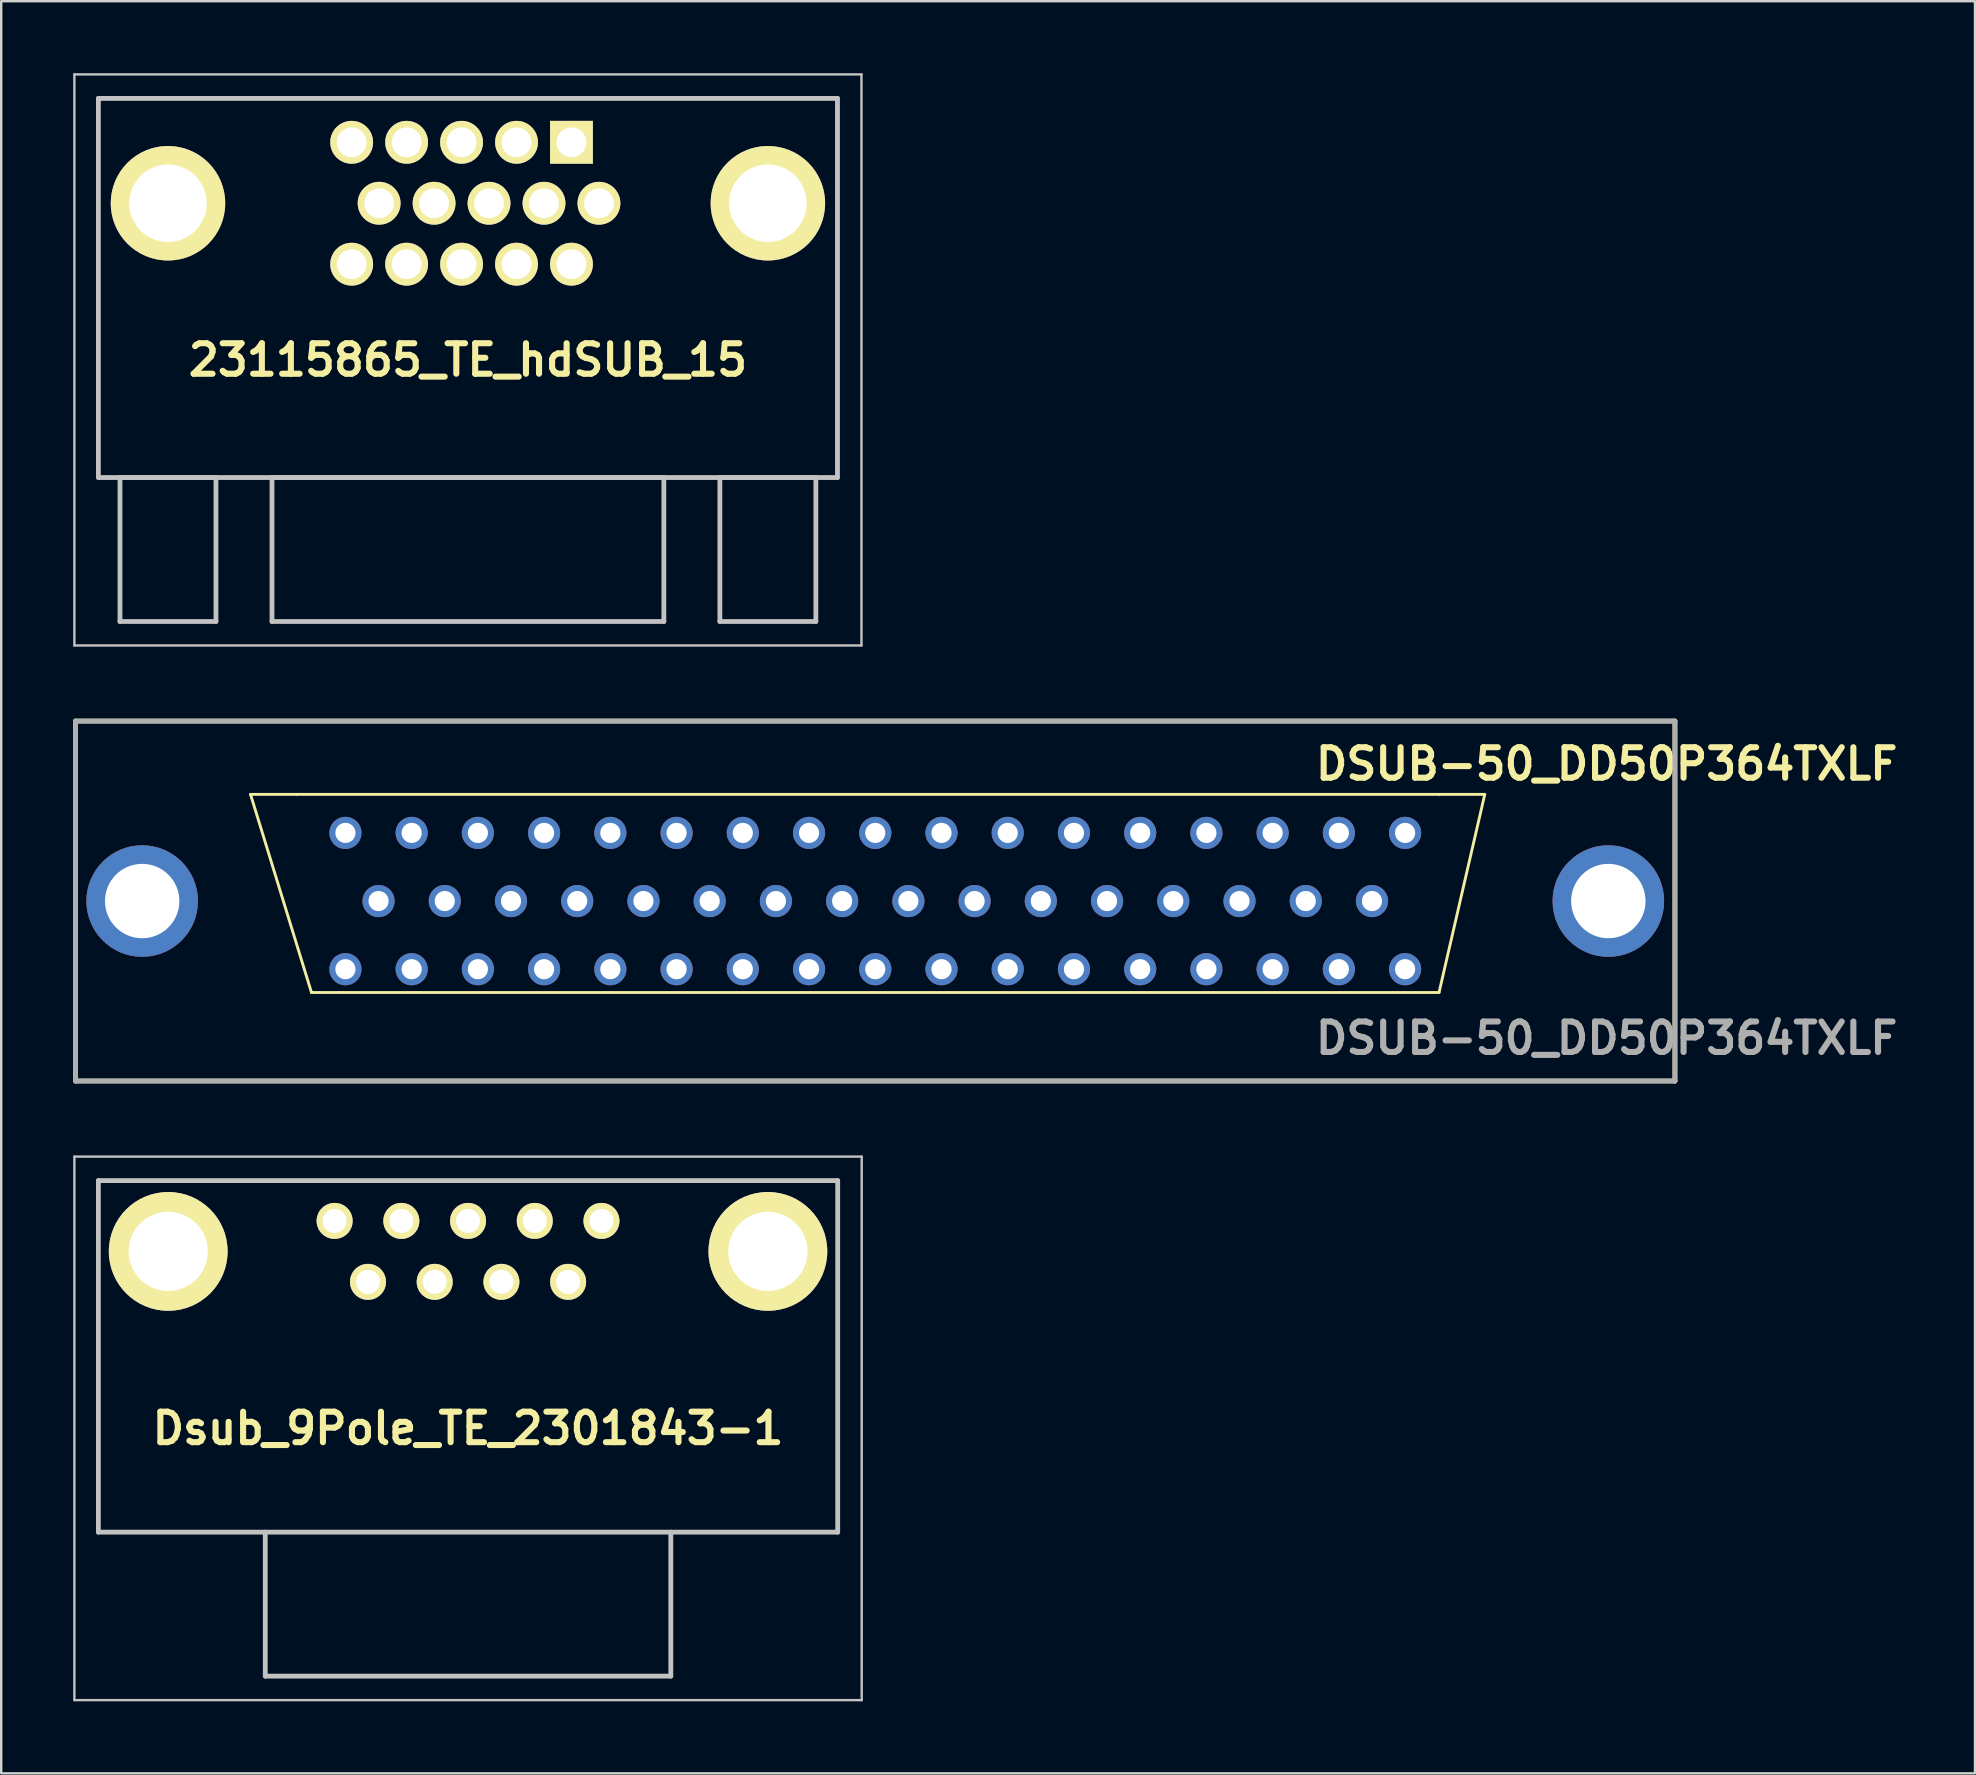
<source format=kicad_pcb>
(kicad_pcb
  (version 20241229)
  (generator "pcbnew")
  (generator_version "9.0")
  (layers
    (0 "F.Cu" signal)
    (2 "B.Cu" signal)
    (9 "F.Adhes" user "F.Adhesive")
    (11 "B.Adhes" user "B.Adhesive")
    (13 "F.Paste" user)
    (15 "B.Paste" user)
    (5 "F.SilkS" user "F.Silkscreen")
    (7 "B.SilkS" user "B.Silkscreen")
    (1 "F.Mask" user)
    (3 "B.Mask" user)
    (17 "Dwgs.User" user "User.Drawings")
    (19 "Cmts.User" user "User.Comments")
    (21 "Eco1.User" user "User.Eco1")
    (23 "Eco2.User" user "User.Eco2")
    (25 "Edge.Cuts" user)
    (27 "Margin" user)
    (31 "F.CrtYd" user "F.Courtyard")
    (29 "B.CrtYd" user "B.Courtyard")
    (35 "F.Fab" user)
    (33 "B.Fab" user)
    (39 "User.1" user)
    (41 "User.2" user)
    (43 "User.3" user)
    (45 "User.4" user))
  (footprint "Dsub_9Pole_TE_2301843-1"
    (layer "F.Cu")
    (at 10.895 47.83)
    (property "Reference" "Dsub_9Pole_TE_2301843-1" (at 5.56 8.645 0) (layer "F.SilkS") (effects (font (size 1.27 1.27) (thickness 0.254))))
    (attr through_hole)
    (fp_line (start -9.845 -1.68) (end 20.965 -1.68) (stroke (width 0.1) (type solid)) (layer "F.SilkS"))
    (fp_line (start -9.845 12.97) (end -9.845 -1.68) (stroke (width 0.1) (type solid)) (layer "F.SilkS"))
    (fp_line (start 20.965 -1.68) (end 20.965 12.97) (stroke (width 0.1) (type solid)) (layer "F.SilkS"))
    (fp_line (start 20.965 12.97) (end -9.845 12.97) (stroke (width 0.1) (type solid)) (layer "F.SilkS"))
    (fp_line (start -10.845 -2.68) (end 21.965 -2.68) (stroke (width 0.1) (type solid)) (layer "Dwgs.User"))
    (fp_line (start -10.845 19.97) (end -10.845 -2.68) (stroke (width 0.1) (type solid)) (layer "Dwgs.User"))
    (fp_line (start -9.845 -1.68) (end 20.965 -1.68) (stroke (width 0.2) (type solid)) (layer "Dwgs.User"))
    (fp_line (start -9.845 12.97) (end -9.845 -1.68) (stroke (width 0.2) (type solid)) (layer "Dwgs.User"))
    (fp_line (start -2.89 12.97) (end -2.89 18.97) (stroke (width 0.2) (type solid)) (layer "Dwgs.User"))
    (fp_line (start -2.89 18.97) (end 14.01 18.97) (stroke (width 0.2) (type solid)) (layer "Dwgs.User"))
    (fp_line (start 14.01 18.97) (end 14.01 12.97) (stroke (width 0.2) (type solid)) (layer "Dwgs.User"))
    (fp_line (start 20.965 -1.68) (end 20.965 12.97) (stroke (width 0.2) (type solid)) (layer "Dwgs.User"))
    (fp_line (start 20.965 12.97) (end -9.845 12.97) (stroke (width 0.2) (type solid)) (layer "Dwgs.User"))
    (fp_line (start 21.965 -2.68) (end 21.965 19.97) (stroke (width 0.1) (type solid)) (layer "Dwgs.User"))
    (fp_line (start 21.965 19.97) (end -10.845 19.97) (stroke (width 0.1) (type solid)) (layer "Dwgs.User"))
    (pad "0" thru_hole circle (at -6.935 1.27 90) (size 4.95 4.95) (drill 3.3) (layers "*.Cu" "*.Mask" "F.SilkS"))
    (pad "0" thru_hole circle (at 18.055 1.27 90) (size 4.95 4.95) (drill 3.3) (layers "*.Cu" "*.Mask" "F.SilkS"))
    (pad "1" thru_hole circle (at 0 0 90) (size 1.5 1.5) (drill 1) (layers "*.Cu" "*.Mask" "F.SilkS"))
    (pad "2" thru_hole circle (at 2.78 0 90) (size 1.5 1.5) (drill 1) (layers "*.Cu" "*.Mask" "F.SilkS"))
    (pad "3" thru_hole circle (at 5.56 0 90) (size 1.5 1.5) (drill 1) (layers "*.Cu" "*.Mask" "F.SilkS"))
    (pad "4" thru_hole circle (at 8.34 0 90) (size 1.5 1.5) (drill 1) (layers "*.Cu" "*.Mask" "F.SilkS"))
    (pad "5" thru_hole circle (at 11.12 0 90) (size 1.5 1.5) (drill 1) (layers "*.Cu" "*.Mask" "F.SilkS"))
    (pad "6" thru_hole circle (at 1.39 2.54 90) (size 1.5 1.5) (drill 1) (layers "*.Cu" "*.Mask" "F.SilkS"))
    (pad "7" thru_hole circle (at 4.17 2.54 90) (size 1.5 1.5) (drill 1) (layers "*.Cu" "*.Mask" "F.SilkS"))
    (pad "8" thru_hole circle (at 6.95 2.54 90) (size 1.5 1.5) (drill 1) (layers "*.Cu" "*.Mask" "F.SilkS"))
    (pad "9" thru_hole circle (at 9.73 2.54 90) (size 1.5 1.5) (drill 1) (layers "*.Cu" "*.Mask" "F.SilkS")))
  (footprint "23115865_TE_hdSUB_15"
    (layer "F.Cu")
    (at 20.765 2.88)
    (property "Reference" "23115865_TE_hdSUB_15" (at -4.315 9.07 0) (layer "F.SilkS") (effects (font (size 1.27 1.27) (thickness 0.254))))
    (attr through_hole)
    (fp_line (start -19.715 -1.83) (end 11.085 -1.83) (stroke (width 0.1) (type solid)) (layer "F.SilkS"))
    (fp_line (start -19.715 13.97) (end -19.715 -1.83) (stroke (width 0.1) (type solid)) (layer "F.SilkS"))
    (fp_line (start -18.815 13.97) (end -18.815 19.97) (stroke (width 0.1) (type solid)) (layer "F.SilkS"))
    (fp_line (start -18.815 19.97) (end -14.815 19.97) (stroke (width 0.1) (type solid)) (layer "F.SilkS"))
    (fp_line (start -14.815 13.97) (end -18.815 13.97) (stroke (width 0.1) (type solid)) (layer "F.SilkS"))
    (fp_line (start -14.815 19.97) (end -14.815 13.97) (stroke (width 0.1) (type solid)) (layer "F.SilkS"))
    (fp_line (start -12.48 13.97) (end -12.48 19.97) (stroke (width 0.1) (type solid)) (layer "F.SilkS"))
    (fp_line (start -12.48 19.97) (end 3.85 19.97) (stroke (width 0.1) (type solid)) (layer "F.SilkS"))
    (fp_line (start 3.85 13.97) (end -12.48 13.97) (stroke (width 0.1) (type solid)) (layer "F.SilkS"))
    (fp_line (start 3.85 19.97) (end 3.85 13.97) (stroke (width 0.1) (type solid)) (layer "F.SilkS"))
    (fp_line (start 6.185 13.97) (end 6.185 19.97) (stroke (width 0.1) (type solid)) (layer "F.SilkS"))
    (fp_line (start 6.185 19.97) (end 10.185 19.97) (stroke (width 0.1) (type solid)) (layer "F.SilkS"))
    (fp_line (start 10.185 13.97) (end 6.185 13.97) (stroke (width 0.1) (type solid)) (layer "F.SilkS"))
    (fp_line (start 10.185 19.97) (end 10.185 13.97) (stroke (width 0.1) (type solid)) (layer "F.SilkS"))
    (fp_line (start 11.085 -1.83) (end 11.085 13.97) (stroke (width 0.1) (type solid)) (layer "F.SilkS"))
    (fp_line (start 11.085 13.97) (end -19.715 13.97) (stroke (width 0.1) (type solid)) (layer "F.SilkS"))
    (fp_line (start -20.715 -2.83) (end 12.085 -2.83) (stroke (width 0.1) (type solid)) (layer "Dwgs.User"))
    (fp_line (start -20.715 20.97) (end -20.715 -2.83) (stroke (width 0.1) (type solid)) (layer "Dwgs.User"))
    (fp_line (start -19.715 -1.83) (end -19.715 13.97) (stroke (width 0.2) (type solid)) (layer "Dwgs.User"))
    (fp_line (start -19.715 13.97) (end 11.085 13.97) (stroke (width 0.2) (type solid)) (layer "Dwgs.User"))
    (fp_line (start -18.815 13.97) (end -14.815 13.97) (stroke (width 0.2) (type solid)) (layer "Dwgs.User"))
    (fp_line (start -18.815 19.97) (end -18.815 13.97) (stroke (width 0.2) (type solid)) (layer "Dwgs.User"))
    (fp_line (start -14.815 13.97) (end -14.815 19.97) (stroke (width 0.2) (type solid)) (layer "Dwgs.User"))
    (fp_line (start -14.815 19.97) (end -18.815 19.97) (stroke (width 0.2) (type solid)) (layer "Dwgs.User"))
    (fp_line (start -12.48 13.97) (end 3.85 13.97) (stroke (width 0.2) (type solid)) (layer "Dwgs.User"))
    (fp_line (start -12.48 19.97) (end -12.48 13.97) (stroke (width 0.2) (type solid)) (layer "Dwgs.User"))
    (fp_line (start 3.85 13.97) (end 3.85 19.97) (stroke (width 0.2) (type solid)) (layer "Dwgs.User"))
    (fp_line (start 3.85 19.97) (end -12.48 19.97) (stroke (width 0.2) (type solid)) (layer "Dwgs.User"))
    (fp_line (start 6.185 13.97) (end 10.185 13.97) (stroke (width 0.2) (type solid)) (layer "Dwgs.User"))
    (fp_line (start 6.185 19.97) (end 6.185 13.97) (stroke (width 0.2) (type solid)) (layer "Dwgs.User"))
    (fp_line (start 10.185 13.97) (end 10.185 19.97) (stroke (width 0.2) (type solid)) (layer "Dwgs.User"))
    (fp_line (start 10.185 19.97) (end 6.185 19.97) (stroke (width 0.2) (type solid)) (layer "Dwgs.User"))
    (fp_line (start 11.085 -1.83) (end -19.715 -1.83) (stroke (width 0.2) (type solid)) (layer "Dwgs.User"))
    (fp_line (start 11.085 13.97) (end 11.085 -1.83) (stroke (width 0.2) (type solid)) (layer "Dwgs.User"))
    (fp_line (start 12.085 -2.83) (end 12.085 20.97) (stroke (width 0.1) (type solid)) (layer "Dwgs.User"))
    (fp_line (start 12.085 20.97) (end -20.715 20.97) (stroke (width 0.1) (type solid)) (layer "Dwgs.User"))
    (pad "0" thru_hole circle (at -16.815 2.54 90) (size 4.77 4.77) (drill 3.23) (layers "*.Cu" "*.Mask" "F.SilkS"))
    (pad "0" thru_hole circle (at 8.185 2.54 90) (size 4.77 4.77) (drill 3.23) (layers "*.Cu" "*.Mask" "F.SilkS"))
    (pad "1" thru_hole rect (at 0 0 90) (size 1.785 1.785) (drill 1.24) (layers "*.Cu" "*.Mask" "F.SilkS"))
    (pad "2" thru_hole circle (at -2.29 0 90) (size 1.785 1.785) (drill 1.24) (layers "*.Cu" "*.Mask" "F.SilkS"))
    (pad "3" thru_hole circle (at -4.58 0 90) (size 1.785 1.785) (drill 1.24) (layers "*.Cu" "*.Mask" "F.SilkS"))
    (pad "4" thru_hole circle (at -6.87 0 90) (size 1.785 1.785) (drill 1.24) (layers "*.Cu" "*.Mask" "F.SilkS"))
    (pad "5" thru_hole circle (at -9.16 0 90) (size 1.785 1.785) (drill 1.24) (layers "*.Cu" "*.Mask" "F.SilkS"))
    (pad "6" thru_hole circle (at 1.145 2.54 90) (size 1.785 1.785) (drill 1.24) (layers "*.Cu" "*.Mask" "F.SilkS"))
    (pad "7" thru_hole circle (at -1.145 2.54 90) (size 1.785 1.785) (drill 1.24) (layers "*.Cu" "*.Mask" "F.SilkS"))
    (pad "8" thru_hole circle (at -3.435 2.54 90) (size 1.785 1.785) (drill 1.24) (layers "*.Cu" "*.Mask" "F.SilkS"))
    (pad "9" thru_hole circle (at -5.725 2.54 90) (size 1.785 1.785) (drill 1.24) (layers "*.Cu" "*.Mask" "F.SilkS"))
    (pad "10" thru_hole circle (at -8.015 2.54 90) (size 1.785 1.785) (drill 1.24) (layers "*.Cu" "*.Mask" "F.SilkS"))
    (pad "11" thru_hole circle (at 0 5.08 90) (size 1.785 1.785) (drill 1.24) (layers "*.Cu" "*.Mask" "F.SilkS"))
    (pad "12" thru_hole circle (at -2.29 5.08 90) (size 1.785 1.785) (drill 1.24) (layers "*.Cu" "*.Mask" "F.SilkS"))
    (pad "13" thru_hole circle (at -4.58 5.08 90) (size 1.785 1.785) (drill 1.24) (layers "*.Cu" "*.Mask" "F.SilkS"))
    (pad "14" thru_hole circle (at -6.87 5.08 90) (size 1.785 1.785) (drill 1.24) (layers "*.Cu" "*.Mask" "F.SilkS"))
    (pad "15" thru_hole circle (at -9.16 5.08 90) (size 1.785 1.785) (drill 1.24) (layers "*.Cu" "*.Mask" "F.SilkS")))
  (footprint "DSUB-50_DD50P364TXLF"
    (layer "F.Cu")
    (at 33.425 34.5)
    (property "Reference" "DSUB-50_DD50P364TXLF" (at 30.48 -5.715 0) (layer "F.SilkS") (effects (font (size 1.27 1.27) (thickness 0.254))))
    (attr through_hole)
    (fp_line (start -33.325 -7.5) (end 33.325 -7.5) (stroke (width 0.2) (type solid)) (layer "F.SilkS"))
    (fp_line (start -33.325 7.5) (end -33.325 -7.5) (stroke (width 0.2) (type solid)) (layer "F.SilkS"))
    (fp_line (start -26.035 -4.445) (end -24.13 -4.445) (stroke (width 0.12) (type solid)) (layer "F.SilkS"))
    (fp_line (start -24.13 -4.445) (end 23.495 -4.445) (stroke (width 0.12) (type solid)) (layer "F.SilkS"))
    (fp_line (start -23.495 3.81) (end -26.035 -4.445) (stroke (width 0.12) (type solid)) (layer "F.SilkS"))
    (fp_line (start -23.495 3.81) (end 23.495 3.81) (stroke (width 0.12) (type solid)) (layer "F.SilkS"))
    (fp_line (start 23.495 3.81) (end 25.4 -4.445) (stroke (width 0.12) (type solid)) (layer "F.SilkS"))
    (fp_line (start 25.4 -4.445) (end 23.495 -4.445) (stroke (width 0.12) (type solid)) (layer "F.SilkS"))
    (fp_line (start 33.325 -7.5) (end 33.325 7.5) (stroke (width 0.2) (type solid)) (layer "F.SilkS"))
    (fp_line (start 33.325 7.5) (end -33.325 7.5) (stroke (width 0.2) (type solid)) (layer "F.SilkS"))
    (fp_line (start -33.325 -7.5) (end 33.325 -7.5) (stroke (width 0.2) (type solid)) (layer "F.Fab"))
    (fp_line (start -33.325 7.5) (end -33.325 -7.5) (stroke (width 0.2) (type solid)) (layer "F.Fab"))
    (fp_line (start 33.325 -7.5) (end 33.325 7.5) (stroke (width 0.2) (type solid)) (layer "F.Fab"))
    (fp_line (start 33.325 7.5) (end -33.325 7.5) (stroke (width 0.2) (type solid)) (layer "F.Fab"))
    (fp_text user "${REFERENCE}" (at 30.48 5.715 0) (layer "F.Fab") (effects (font (size 1.27 1.27) (thickness 0.254))))
    (pad "0" thru_hole circle (at -30.55 0) (size 4.65 4.65) (drill 3.1) (layers "*.Cu" "*.Mask"))
    (pad "0" thru_hole circle (at 30.55 0) (size 4.65 4.65) (drill 3.1) (layers "*.Cu" "*.Mask"))
    (pad "1" thru_hole circle (at -22.08 -2.84) (size 1.34 1.34) (drill 0.84) (layers "*.Cu" "*.Mask"))
    (pad "2" thru_hole circle (at -19.32 -2.84) (size 1.34 1.34) (drill 0.84) (layers "*.Cu" "*.Mask"))
    (pad "3" thru_hole circle (at -16.56 -2.84) (size 1.34 1.34) (drill 0.84) (layers "*.Cu" "*.Mask"))
    (pad "4" thru_hole circle (at -13.8 -2.84) (size 1.34 1.34) (drill 0.84) (layers "*.Cu" "*.Mask"))
    (pad "5" thru_hole circle (at -11.04 -2.84) (size 1.34 1.34) (drill 0.84) (layers "*.Cu" "*.Mask"))
    (pad "6" thru_hole circle (at -8.28 -2.84) (size 1.34 1.34) (drill 0.84) (layers "*.Cu" "*.Mask"))
    (pad "7" thru_hole circle (at -5.52 -2.84) (size 1.34 1.34) (drill 0.84) (layers "*.Cu" "*.Mask"))
    (pad "8" thru_hole circle (at -2.76 -2.84) (size 1.34 1.34) (drill 0.84) (layers "*.Cu" "*.Mask"))
    (pad "9" thru_hole circle (at 0 -2.84) (size 1.34 1.34) (drill 0.84) (layers "*.Cu" "*.Mask"))
    (pad "10" thru_hole circle (at 2.76 -2.84) (size 1.34 1.34) (drill 0.84) (layers "*.Cu" "*.Mask"))
    (pad "11" thru_hole circle (at 5.52 -2.84) (size 1.34 1.34) (drill 0.84) (layers "*.Cu" "*.Mask"))
    (pad "12" thru_hole circle (at 8.28 -2.84) (size 1.34 1.34) (drill 0.84) (layers "*.Cu" "*.Mask"))
    (pad "13" thru_hole circle (at 11.04 -2.84) (size 1.34 1.34) (drill 0.84) (layers "*.Cu" "*.Mask"))
    (pad "14" thru_hole circle (at 13.8 -2.84) (size 1.34 1.34) (drill 0.84) (layers "*.Cu" "*.Mask"))
    (pad "15" thru_hole circle (at 16.56 -2.84) (size 1.34 1.34) (drill 0.84) (layers "*.Cu" "*.Mask"))
    (pad "16" thru_hole circle (at 19.32 -2.84) (size 1.34 1.34) (drill 0.84) (layers "*.Cu" "*.Mask"))
    (pad "17" thru_hole circle (at 22.08 -2.84) (size 1.34 1.34) (drill 0.84) (layers "*.Cu" "*.Mask"))
    (pad "18" thru_hole circle (at -20.7 0) (size 1.34 1.34) (drill 0.84) (layers "*.Cu" "*.Mask"))
    (pad "19" thru_hole circle (at -17.94 0) (size 1.34 1.34) (drill 0.84) (layers "*.Cu" "*.Mask"))
    (pad "20" thru_hole circle (at -15.18 0) (size 1.34 1.34) (drill 0.84) (layers "*.Cu" "*.Mask"))
    (pad "21" thru_hole circle (at -12.42 0) (size 1.34 1.34) (drill 0.84) (layers "*.Cu" "*.Mask"))
    (pad "22" thru_hole circle (at -9.66 0) (size 1.34 1.34) (drill 0.84) (layers "*.Cu" "*.Mask"))
    (pad "23" thru_hole circle (at -6.9 0) (size 1.34 1.34) (drill 0.84) (layers "*.Cu" "*.Mask"))
    (pad "24" thru_hole circle (at -4.14 0) (size 1.34 1.34) (drill 0.84) (layers "*.Cu" "*.Mask"))
    (pad "25" thru_hole circle (at -1.38 0) (size 1.34 1.34) (drill 0.84) (layers "*.Cu" "*.Mask"))
    (pad "26" thru_hole circle (at 1.38 0) (size 1.34 1.34) (drill 0.84) (layers "*.Cu" "*.Mask"))
    (pad "27" thru_hole circle (at 4.14 0) (size 1.34 1.34) (drill 0.84) (layers "*.Cu" "*.Mask"))
    (pad "28" thru_hole circle (at 6.9 0) (size 1.34 1.34) (drill 0.84) (layers "*.Cu" "*.Mask"))
    (pad "29" thru_hole circle (at 9.66 0) (size 1.34 1.34) (drill 0.84) (layers "*.Cu" "*.Mask"))
    (pad "30" thru_hole circle (at 12.42 0) (size 1.34 1.34) (drill 0.84) (layers "*.Cu" "*.Mask"))
    (pad "31" thru_hole circle (at 15.18 0) (size 1.34 1.34) (drill 0.84) (layers "*.Cu" "*.Mask"))
    (pad "32" thru_hole circle (at 17.94 0) (size 1.34 1.34) (drill 0.84) (layers "*.Cu" "*.Mask"))
    (pad "33" thru_hole circle (at 20.7 0) (size 1.34 1.34) (drill 0.84) (layers "*.Cu" "*.Mask"))
    (pad "34" thru_hole circle (at -22.08 2.84) (size 1.34 1.34) (drill 0.84) (layers "*.Cu" "*.Mask"))
    (pad "35" thru_hole circle (at -19.32 2.84) (size 1.34 1.34) (drill 0.84) (layers "*.Cu" "*.Mask"))
    (pad "36" thru_hole circle (at -16.56 2.84) (size 1.34 1.34) (drill 0.84) (layers "*.Cu" "*.Mask"))
    (pad "37" thru_hole circle (at -13.8 2.84) (size 1.34 1.34) (drill 0.84) (layers "*.Cu" "*.Mask"))
    (pad "38" thru_hole circle (at -11.04 2.84) (size 1.34 1.34) (drill 0.84) (layers "*.Cu" "*.Mask"))
    (pad "39" thru_hole circle (at -8.28 2.84) (size 1.34 1.34) (drill 0.84) (layers "*.Cu" "*.Mask"))
    (pad "40" thru_hole circle (at -5.52 2.84) (size 1.34 1.34) (drill 0.84) (layers "*.Cu" "*.Mask"))
    (pad "41" thru_hole circle (at -2.76 2.84) (size 1.34 1.34) (drill 0.84) (layers "*.Cu" "*.Mask"))
    (pad "42" thru_hole circle (at 0 2.84) (size 1.34 1.34) (drill 0.84) (layers "*.Cu" "*.Mask"))
    (pad "43" thru_hole circle (at 2.76 2.84) (size 1.34 1.34) (drill 0.84) (layers "*.Cu" "*.Mask"))
    (pad "44" thru_hole circle (at 5.52 2.84) (size 1.34 1.34) (drill 0.84) (layers "*.Cu" "*.Mask"))
    (pad "45" thru_hole circle (at 8.28 2.84) (size 1.34 1.34) (drill 0.84) (layers "*.Cu" "*.Mask"))
    (pad "46" thru_hole circle (at 11.04 2.84) (size 1.34 1.34) (drill 0.84) (layers "*.Cu" "*.Mask"))
    (pad "47" thru_hole circle (at 13.8 2.84) (size 1.34 1.34) (drill 0.84) (layers "*.Cu" "*.Mask"))
    (pad "48" thru_hole circle (at 16.56 2.84) (size 1.34 1.34) (drill 0.84) (layers "*.Cu" "*.Mask"))
    (pad "49" thru_hole circle (at 19.32 2.84) (size 1.34 1.34) (drill 0.84) (layers "*.Cu" "*.Mask"))
    (pad "50" thru_hole circle (at 22.08 2.84) (size 1.34 1.34) (drill 0.84) (layers "*.Cu" "*.Mask")))
  (gr_rect
    (start -3 -3)
    (end 79.254 70.85)
    (stroke (width 0.1) (type default))
    (fill no)
    (layer "Edge.Cuts")))
</source>
